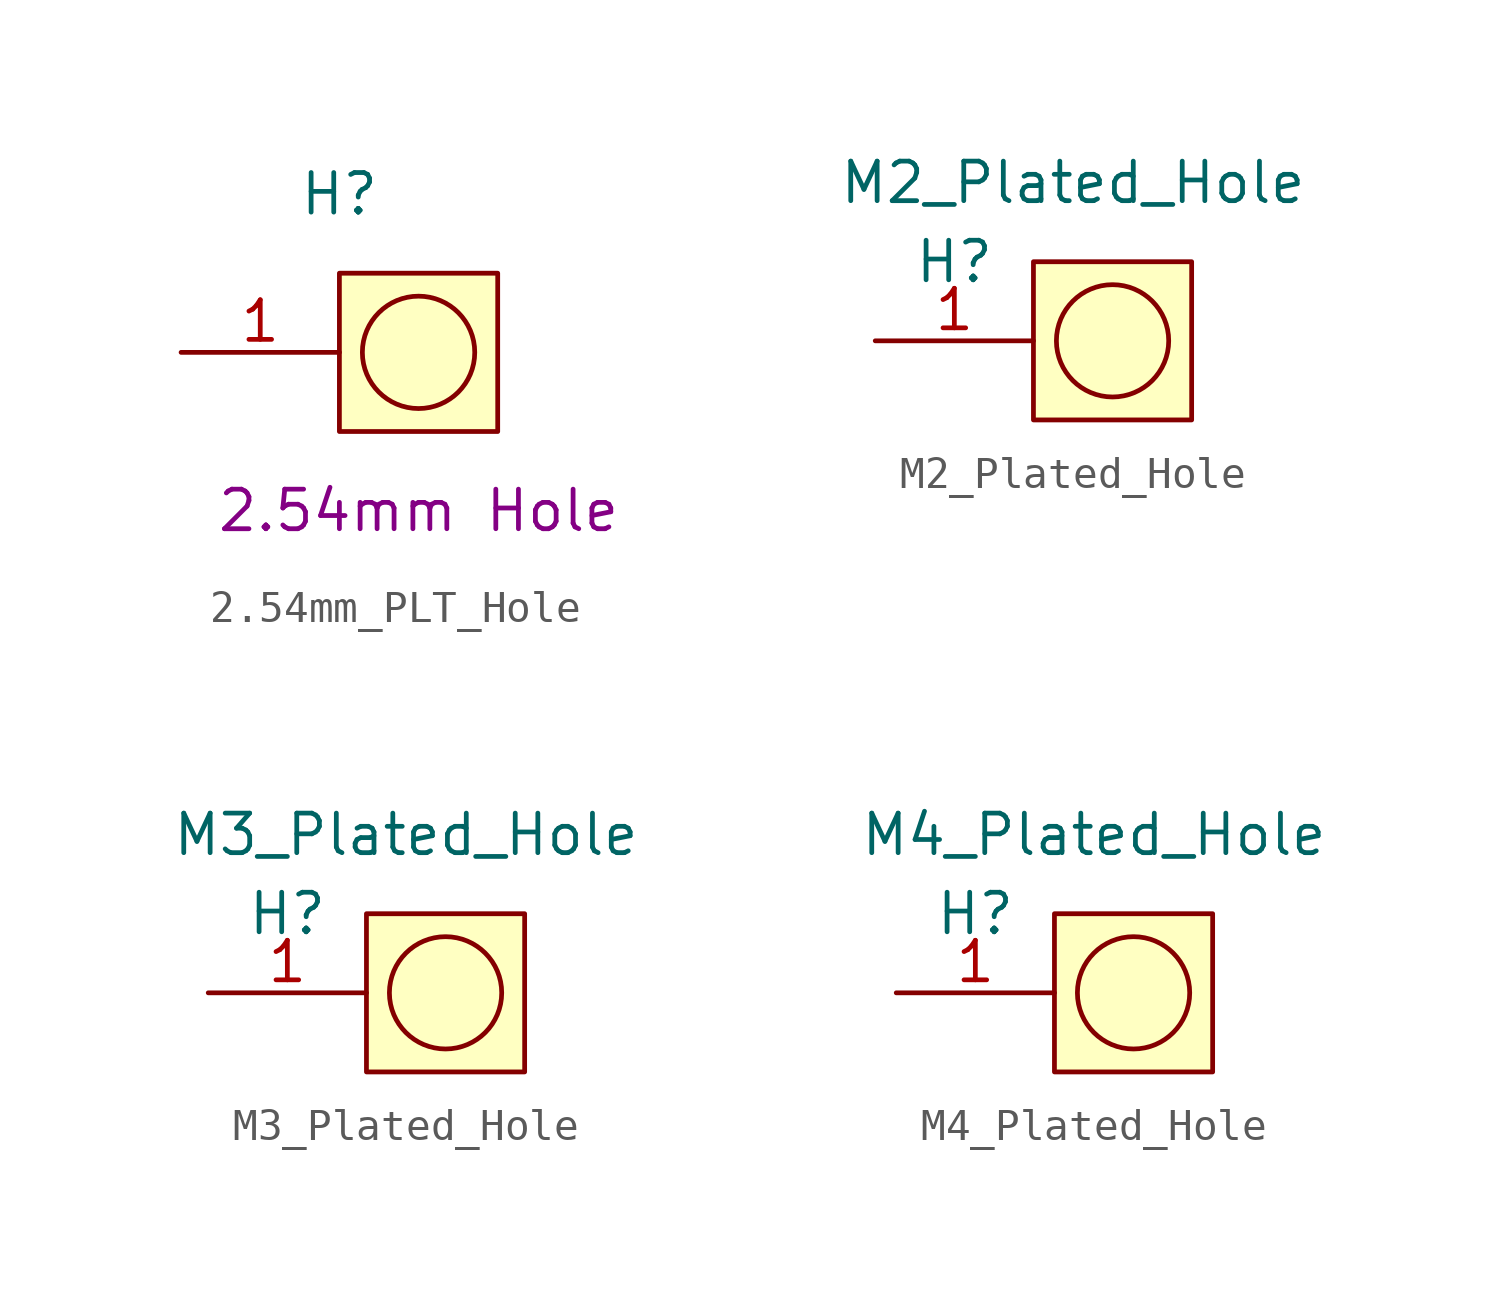
<source format=kicad_sym>
(kicad_symbol_lib
  (version 20241209)
  (generator "kicad_symbol_editor")
  (generator_version "9.0")
  (symbol "2.54mm_PLT_Hole"
    (pin_names
      (offset 1.016))
    (property "Reference" "H"
      (at 0 5.08 0)
      (effects (font (size 1.27 1.27))))
    (property "_Value_" "2.54mm Hole"
      (at 2.54 -5.08 0)
      (effects (font (size 1.27 1.27))))
    (symbol "2.54mm_PLT_Hole_1_1"
      (rectangle (start 0 2.54) (end 5.08 -2.54) (stroke (width 0) (type solid)) (fill (type background)))
      (circle (center 2.54 0) (radius 1.803) (stroke (width 0) (type solid)) (fill (type none)))
      (pin passive line (at -5.08 0 0) (length 5.08) (name "~" (effects (font (size 1.27 1.27)))) (number "1" (effects (font (size 1.27 1.27)))))))
  (symbol "M2_Plated_Hole"
    (pin_names
      (offset 1.016))
    (property "Reference" "H"
      (at -2.54 2.54 0)
      (effects (font (size 1.27 1.27))))
    (property "Value" "M2_Plated_Hole"
      (at 1.27 5.08 0)
      (effects (font (size 1.27 1.27))))
    (symbol "M2_Plated_Hole_0_0"
      (rectangle (start 0 2.54) (end 5.08 -2.54) (stroke (width 0) (type solid)) (fill (type background)))
      (circle (center 2.54 0) (radius 1.803) (stroke (width 0) (type solid)) (fill (type none))))
    (symbol "M2_Plated_Hole_1_1"
      (pin passive line (at -5.08 0 0) (length 5.08) (name "~" (effects (font (size 1.27 1.27)))) (number "1" (effects (font (size 1.27 1.27)))))))
  (symbol "M3_Plated_Hole"
    (pin_names
      (offset 1.016))
    (property "Reference" "H"
      (at -2.54 2.54 0)
      (effects (font (size 1.27 1.27))))
    (property "Value" "M3_Plated_Hole"
      (at 1.27 5.08 0)
      (effects (font (size 1.27 1.27))))
    (symbol "M3_Plated_Hole_0_0"
      (rectangle (start 0 2.54) (end 5.08 -2.54) (stroke (width 0) (type solid)) (fill (type background)))
      (circle (center 2.54 0) (radius 1.803) (stroke (width 0) (type solid)) (fill (type none))))
    (symbol "M3_Plated_Hole_1_1"
      (pin passive line (at -5.08 0 0) (length 5.08) (name "~" (effects (font (size 1.27 1.27)))) (number "1" (effects (font (size 1.27 1.27)))))))
  (symbol "M4_Plated_Hole"
    (pin_names
      (offset 1.016))
    (property "Reference" "H"
      (at -2.54 2.54 0)
      (effects (font (size 1.27 1.27))))
    (property "Value" "M4_Plated_Hole"
      (at 1.27 5.08 0)
      (effects (font (size 1.27 1.27))))
    (symbol "M4_Plated_Hole_0_0"
      (rectangle (start 0 2.54) (end 5.08 -2.54) (stroke (width 0) (type solid)) (fill (type background)))
      (circle (center 2.54 0) (radius 1.803) (stroke (width 0) (type solid)) (fill (type none))))
    (symbol "M4_Plated_Hole_1_1"
      (pin passive line (at -5.08 0 0) (length 5.08) (name "~" (effects (font (size 1.27 1.27)))) (number "1" (effects (font (size 1.27 1.27))))))))
</source>
